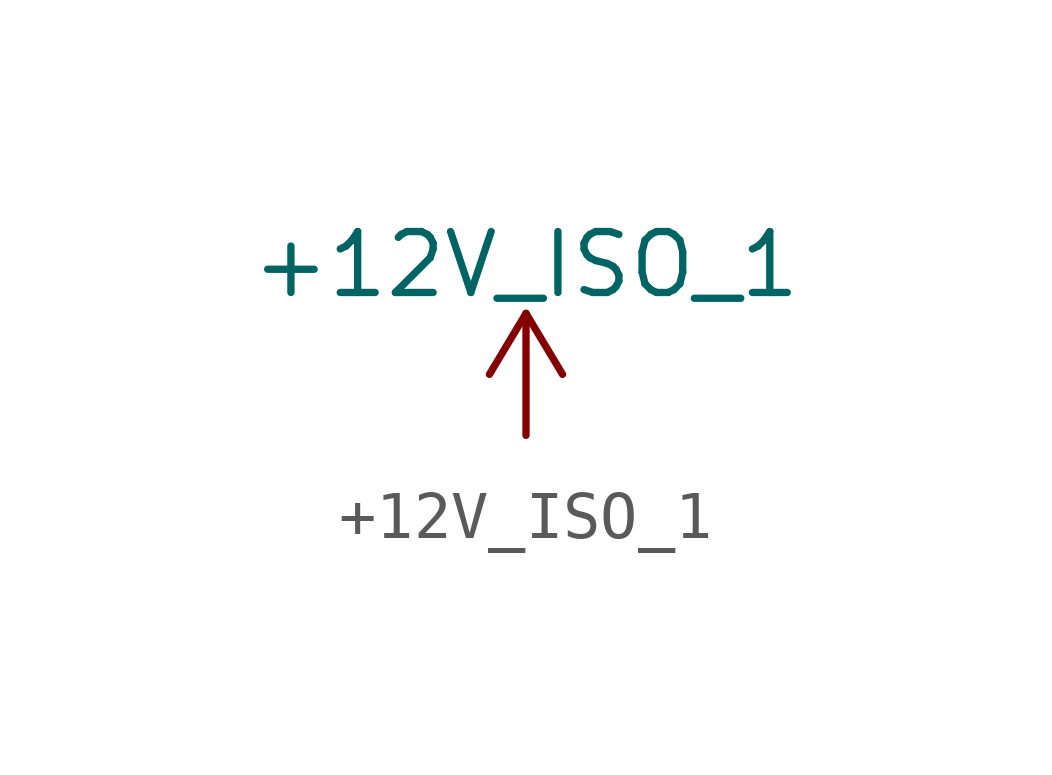
<source format=kicad_sym>
(kicad_symbol_lib
  (version 20220914)
  (generator kicad_symbol_editor)
  (symbol "+12V_ISO_1"
    (power)
    (pin_names
      (offset 0))
    (property "Reference" "#PWR"
      (at 0 -3.81 0)
      (effects (font (size 1.27 1.27)) hide))
    (property "Value" "+12V_ISO_1"
      (at 0 3.556 0)
      (effects (font (size 1.27 1.27))))
    (symbol "+12V_ISO_1_0_1"
      (polyline (pts (xy -0.762 1.27) (xy 0 2.54)) (stroke (width 0) (type default)) (fill (type none)))
      (polyline (pts (xy 0 0) (xy 0 2.54)) (stroke (width 0) (type default)) (fill (type none)))
      (polyline (pts (xy 0 2.54) (xy 0.762 1.27)) (stroke (width 0) (type default)) (fill (type none))))
    (symbol "+12V_ISO_1_1_1"
      (pin power_in line (at 0 0 0) (length 0) hide (name "+12V_ISO_1" (effects (font (size 1.27 1.27)))) (number "1" (effects (font (size 1.27 1.27))))))))
</source>
